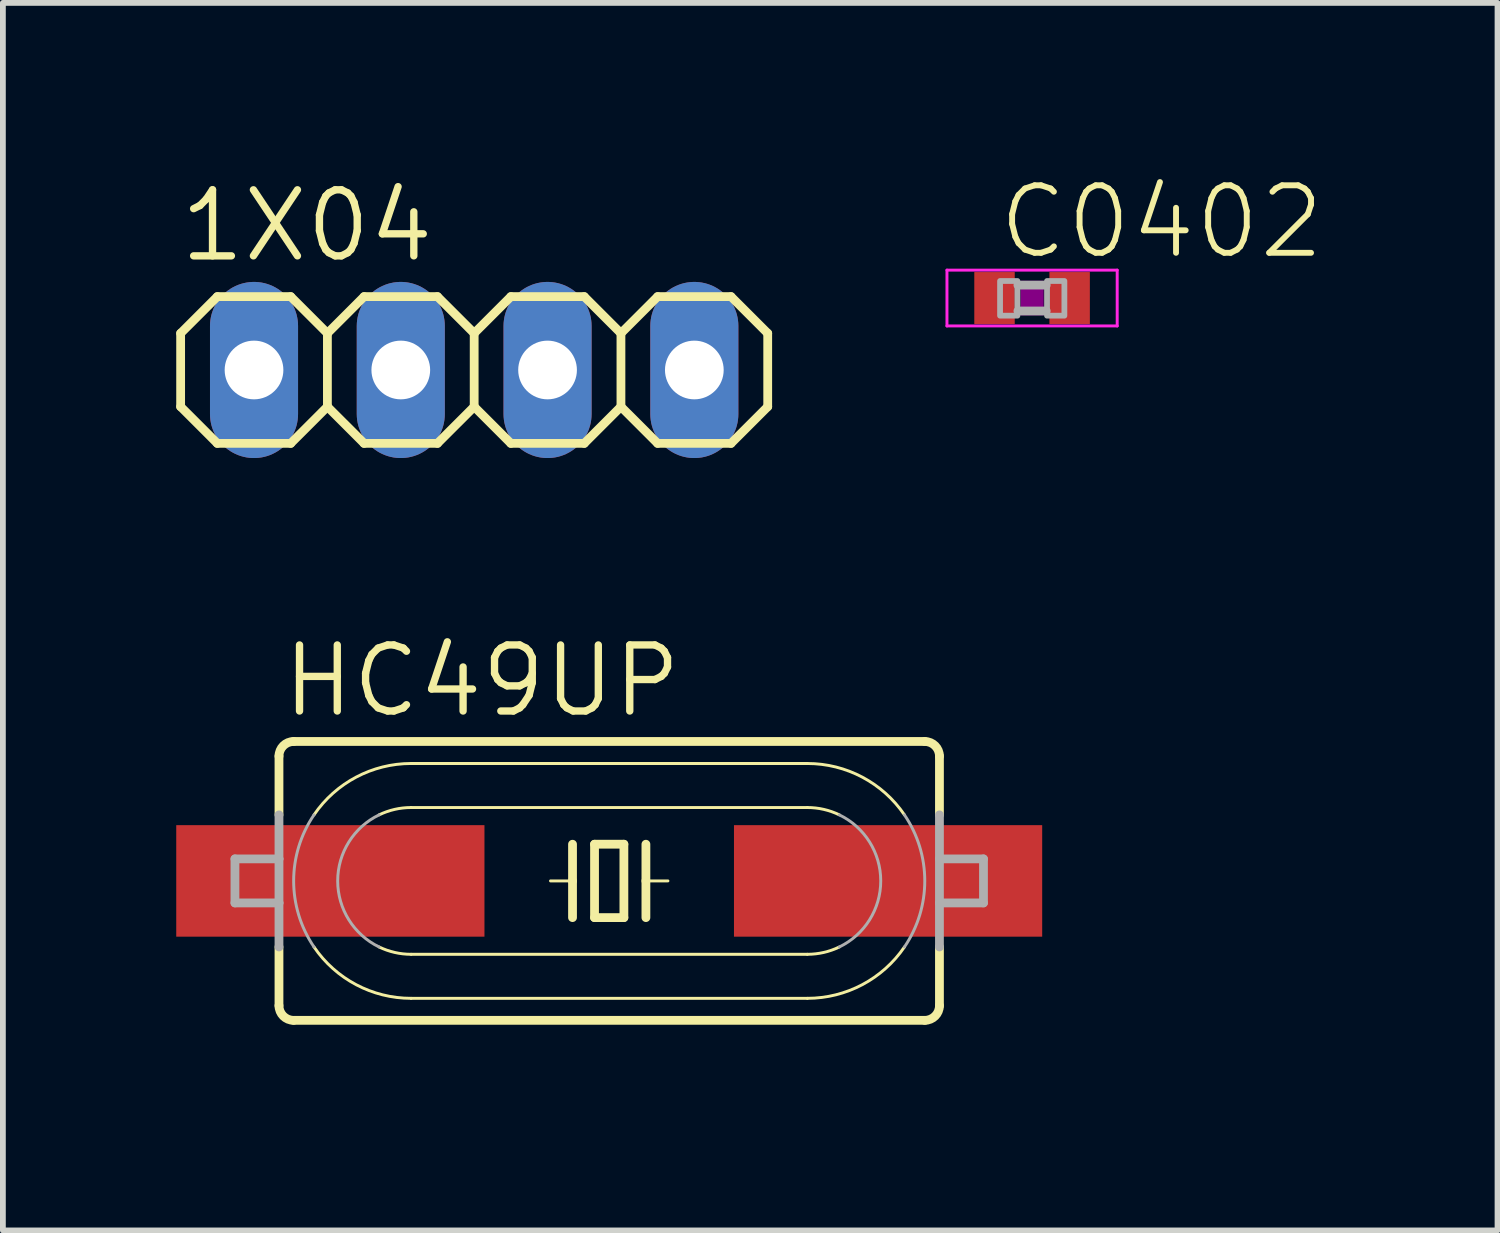
<source format=kicad_pcb>
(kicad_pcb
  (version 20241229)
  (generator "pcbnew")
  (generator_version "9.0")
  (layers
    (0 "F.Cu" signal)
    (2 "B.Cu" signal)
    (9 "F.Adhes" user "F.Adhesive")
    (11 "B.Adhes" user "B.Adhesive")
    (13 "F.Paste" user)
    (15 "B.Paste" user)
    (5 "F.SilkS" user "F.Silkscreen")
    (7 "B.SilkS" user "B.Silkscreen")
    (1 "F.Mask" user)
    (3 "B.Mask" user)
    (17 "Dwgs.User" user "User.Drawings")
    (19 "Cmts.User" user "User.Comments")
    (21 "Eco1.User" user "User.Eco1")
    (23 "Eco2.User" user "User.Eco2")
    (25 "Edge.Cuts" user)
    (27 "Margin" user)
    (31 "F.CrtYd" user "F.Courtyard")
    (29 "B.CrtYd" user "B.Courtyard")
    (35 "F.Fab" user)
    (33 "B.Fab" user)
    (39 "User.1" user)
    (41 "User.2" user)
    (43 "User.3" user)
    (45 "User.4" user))
  (footprint "HC49UP"
    (layer "F.Cu")
    (at 7.493 12.195)
    (property "Reference" "HC49UP" (at -5.715 -2.794 0) (layer "F.SilkS") (effects (font (size 1.143 1.143) (thickness 0.127)) (justify left bottom)))
    (fp_line (start -5.715 -1.143) (end -5.715 -2.159) (stroke (width 0.152) (type solid)) (layer "F.SilkS"))
    (fp_line (start -5.715 2.159) (end -5.715 1.143) (stroke (width 0.152) (type solid)) (layer "F.SilkS"))
    (fp_line (start -3.429 -2.032) (end 3.429 -2.032) (stroke (width 0.051) (type solid)) (layer "F.SilkS"))
    (fp_line (start -3.429 -1.27) (end 3.429 -1.27) (stroke (width 0.051) (type solid)) (layer "F.SilkS"))
    (fp_line (start -0.635 -0.635) (end -0.635 0) (stroke (width 0.152) (type solid)) (layer "F.SilkS"))
    (fp_line (start -0.635 0) (end -1.016 0) (stroke (width 0.051) (type solid)) (layer "F.SilkS"))
    (fp_line (start -0.635 0) (end -0.635 0.635) (stroke (width 0.152) (type solid)) (layer "F.SilkS"))
    (fp_line (start -0.254 -0.635) (end -0.254 0.635) (stroke (width 0.152) (type solid)) (layer "F.SilkS"))
    (fp_line (start -0.254 0.635) (end 0.254 0.635) (stroke (width 0.152) (type solid)) (layer "F.SilkS"))
    (fp_line (start 0.254 -0.635) (end -0.254 -0.635) (stroke (width 0.152) (type solid)) (layer "F.SilkS"))
    (fp_line (start 0.254 0.635) (end 0.254 -0.635) (stroke (width 0.152) (type solid)) (layer "F.SilkS"))
    (fp_line (start 0.635 -0.635) (end 0.635 0) (stroke (width 0.152) (type solid)) (layer "F.SilkS"))
    (fp_line (start 0.635 0) (end 0.635 0.635) (stroke (width 0.152) (type solid)) (layer "F.SilkS"))
    (fp_line (start 0.635 0) (end 1.016 0) (stroke (width 0.051) (type solid)) (layer "F.SilkS"))
    (fp_line (start 3.429 1.27) (end -3.429 1.27) (stroke (width 0.051) (type solid)) (layer "F.SilkS"))
    (fp_line (start 3.429 2.032) (end -3.429 2.032) (stroke (width 0.051) (type solid)) (layer "F.SilkS"))
    (fp_line (start 5.461 -2.413) (end -5.461 -2.413) (stroke (width 0.152) (type solid)) (layer "F.SilkS"))
    (fp_line (start 5.461 2.413) (end -5.461 2.413) (stroke (width 0.152) (type solid)) (layer "F.SilkS"))
    (fp_line (start 5.715 -1.143) (end 5.715 -2.159) (stroke (width 0.152) (type solid)) (layer "F.SilkS"))
    (fp_line (start 5.715 2.159) (end 5.715 1.143) (stroke (width 0.152) (type solid)) (layer "F.SilkS"))
    (fp_arc (start -5.715 -2.159) (mid -5.640605 -2.338605) (end -5.461 -2.413) (stroke (width 0.1524) (type solid)) (layer "F.SilkS"))
    (fp_arc (start -5.461 2.413) (mid -5.640605 2.338605) (end -5.715 2.159) (stroke (width 0.1524) (type solid)) (layer "F.SilkS"))
    (fp_arc (start -5.1091 -1.143) (mid -4.379417 -1.796107) (end -3.429 -2.032101) (stroke (width 0.0508) (type solid)) (layer "F.SilkS"))
    (fp_arc (start -3.9826 -1.143) (mid -3.712991 -1.237845) (end -3.429 -1.27) (stroke (width 0.0508) (type solid)) (layer "F.SilkS"))
    (fp_arc (start -3.429 1.27) (mid -3.712991 1.237845) (end -3.9826 1.143) (stroke (width 0.0508) (type solid)) (layer "F.SilkS"))
    (fp_arc (start -3.429 2.032001) (mid -4.379408 1.796063) (end -5.1091 1.143) (stroke (width 0.0508) (type solid)) (layer "F.SilkS"))
    (fp_arc (start 3.429 -2.032) (mid 4.379408 -1.796062) (end 5.1091 -1.142999) (stroke (width 0.0508) (type solid)) (layer "F.SilkS"))
    (fp_arc (start 3.429 -1.27) (mid 3.712991 -1.237845) (end 3.9826 -1.143) (stroke (width 0.0508) (type solid)) (layer "F.SilkS"))
    (fp_arc (start 3.9826 1.143) (mid 3.712991 1.237845) (end 3.429 1.27) (stroke (width 0.0508) (type solid)) (layer "F.SilkS"))
    (fp_arc (start 5.109 1.142899) (mid 4.379368 1.795994) (end 3.429 2.032) (stroke (width 0.0508) (type solid)) (layer "F.SilkS"))
    (fp_arc (start 5.461 -2.413) (mid 5.640605 -2.338605) (end 5.715 -2.159) (stroke (width 0.1524) (type solid)) (layer "F.SilkS"))
    (fp_arc (start 5.715 2.159) (mid 5.640605 2.338605) (end 5.461 2.413) (stroke (width 0.1524) (type solid)) (layer "F.SilkS"))
    (fp_line (start -6.477 0.381) (end -6.477 -0.381) (stroke (width 0.152) (type solid)) (layer "F.Fab"))
    (fp_line (start -5.715 -0.381) (end -6.477 -0.381) (stroke (width 0.152) (type solid)) (layer "F.Fab"))
    (fp_line (start -5.715 -0.381) (end -5.715 -1.143) (stroke (width 0.152) (type solid)) (layer "F.Fab"))
    (fp_line (start -5.715 0.381) (end -6.477 0.381) (stroke (width 0.152) (type solid)) (layer "F.Fab"))
    (fp_line (start -5.715 0.381) (end -5.715 -0.381) (stroke (width 0.152) (type solid)) (layer "F.Fab"))
    (fp_line (start -5.715 1.143) (end -5.715 0.381) (stroke (width 0.152) (type solid)) (layer "F.Fab"))
    (fp_line (start 5.715 -0.381) (end 6.477 -0.381) (stroke (width 0.152) (type solid)) (layer "F.Fab"))
    (fp_line (start 5.715 0.381) (end 6.477 0.381) (stroke (width 0.152) (type solid)) (layer "F.Fab"))
    (fp_line (start 5.715 1.143) (end 5.715 -1.143) (stroke (width 0.152) (type solid)) (layer "F.Fab"))
    (fp_line (start 6.477 0.381) (end 6.477 -0.381) (stroke (width 0.152) (type solid)) (layer "F.Fab"))
    (fp_arc (start -5.1091 1.143) (mid -5.46104 0) (end -5.1091 -1.143) (stroke (width 0.0508) (type solid)) (layer "F.Fab"))
    (fp_arc (start -3.9826 1.143) (mid -4.699009 0) (end -3.9826 -1.143) (stroke (width 0.0508) (type solid)) (layer "F.Fab"))
    (fp_arc (start 3.9826 -1.143) (mid 4.699009 0) (end 3.9826 1.143) (stroke (width 0.0508) (type solid)) (layer "F.Fab"))
    (fp_arc (start 5.1091 -1.143) (mid 5.46104 0) (end 5.1091 1.143) (stroke (width 0.0508) (type solid)) (layer "F.Fab"))
    (pad "1" smd rect (at -4.826 0) (size 5.334 1.93) (layers "F.Cu" "F.Mask" "F.Paste"))
    (pad "2" smd rect (at 4.826 0) (size 5.334 1.93) (layers "F.Cu" "F.Mask" "F.Paste"))
    (zone (net_name "") (layers "F.Cu" "B.Cu") (hatch edge 0.5) (connect_pads) (min_thickness 0.25) (filled_areas_thickness no) (keepout (tracks allowed) (vias not_allowed) (pads allowed) (copperpour allowed) (footprints allowed)) (placement (enabled no)) (fill) (polygon (pts (xy 0.889 15.243) (xy 14.097 15.243) (xy 14.097 9.147) (xy 0.889 9.147)))))
  (footprint "C0402"
    (layer "F.Cu")
    (at 14.811 2.108)
    (property "Reference" "C0402" (at -0.635 -0.635 0) (layer "F.SilkS") (effects (font (size 1.168 1.168) (thickness 0.102)) (justify left bottom)))
    (fp_poly (pts (xy -0.2 0.3) (xy 0.2 0.3) (xy 0.2 -0.3) (xy -0.2 -0.3)) (stroke (width 0) (type default)) (fill yes) (layer "F.Adhes"))
    (fp_line (start -1.473 -0.483) (end 1.473 -0.483) (stroke (width 0.051) (type solid)) (layer "F.CrtYd"))
    (fp_line (start -1.473 0.483) (end -1.473 -0.483) (stroke (width 0.051) (type solid)) (layer "F.CrtYd"))
    (fp_line (start 1.473 -0.483) (end 1.473 0.483) (stroke (width 0.051) (type solid)) (layer "F.CrtYd"))
    (fp_line (start 1.473 0.483) (end -1.473 0.483) (stroke (width 0.051) (type solid)) (layer "F.CrtYd"))
    (fp_line (start -0.245 -0.224) (end 0.245 -0.224) (stroke (width 0.152) (type solid)) (layer "F.Fab"))
    (fp_line (start 0.245 0.224) (end -0.245 0.224) (stroke (width 0.152) (type solid)) (layer "F.Fab"))
    (fp_poly (pts (xy -0.554 0.305) (xy -0.254 0.305) (xy -0.254 -0.295) (xy -0.554 -0.295)) (stroke (width 0.1) (type default)) (fill no) (layer "F.Fab"))
    (fp_poly (pts (xy 0.259 0.305) (xy 0.559 0.305) (xy 0.559 -0.295) (xy 0.259 -0.295)) (stroke (width 0.1) (type default)) (fill no) (layer "F.Fab"))
    (pad "1" smd rect (at -0.65 0) (size 0.7 0.9) (layers "F.Cu" "F.Mask" "F.Paste"))
    (pad "2" smd rect (at 0.65 0) (size 0.7 0.9) (layers "F.Cu" "F.Mask" "F.Paste")))
  (footprint "1X04"
    (layer "F.Cu")
    (at 5.156 3.353)
    (property "Reference" "1X04" (at -5.156 -1.829 0) (layer "F.SilkS") (effects (font (size 1.143 1.143) (thickness 0.127)) (justify left bottom)))
    (fp_line (start -5.08 -0.635) (end -5.08 0.635) (stroke (width 0.152) (type solid)) (layer "F.SilkS"))
    (fp_line (start -5.08 0.635) (end -4.445 1.27) (stroke (width 0.152) (type solid)) (layer "F.SilkS"))
    (fp_line (start -4.445 -1.27) (end -5.08 -0.635) (stroke (width 0.152) (type solid)) (layer "F.SilkS"))
    (fp_line (start -4.445 -1.27) (end -3.175 -1.27) (stroke (width 0.152) (type solid)) (layer "F.SilkS"))
    (fp_line (start -3.175 -1.27) (end -2.54 -0.635) (stroke (width 0.152) (type solid)) (layer "F.SilkS"))
    (fp_line (start -3.175 1.27) (end -4.445 1.27) (stroke (width 0.152) (type solid)) (layer "F.SilkS"))
    (fp_line (start -2.54 -0.635) (end -2.54 0.635) (stroke (width 0.152) (type solid)) (layer "F.SilkS"))
    (fp_line (start -2.54 -0.635) (end -1.905 -1.27) (stroke (width 0.152) (type solid)) (layer "F.SilkS"))
    (fp_line (start -2.54 0.635) (end -3.175 1.27) (stroke (width 0.152) (type solid)) (layer "F.SilkS"))
    (fp_line (start -1.905 -1.27) (end -0.635 -1.27) (stroke (width 0.152) (type solid)) (layer "F.SilkS"))
    (fp_line (start -1.905 1.27) (end -2.54 0.635) (stroke (width 0.152) (type solid)) (layer "F.SilkS"))
    (fp_line (start -0.635 -1.27) (end 0 -0.635) (stroke (width 0.152) (type solid)) (layer "F.SilkS"))
    (fp_line (start -0.635 1.27) (end -1.905 1.27) (stroke (width 0.152) (type solid)) (layer "F.SilkS"))
    (fp_line (start 0 -0.635) (end 0 0.635) (stroke (width 0.152) (type solid)) (layer "F.SilkS"))
    (fp_line (start 0 -0.635) (end 0.635 -1.27) (stroke (width 0.152) (type solid)) (layer "F.SilkS"))
    (fp_line (start 0 0.635) (end -0.635 1.27) (stroke (width 0.152) (type solid)) (layer "F.SilkS"))
    (fp_line (start 0.635 -1.27) (end 1.905 -1.27) (stroke (width 0.152) (type solid)) (layer "F.SilkS"))
    (fp_line (start 0.635 1.27) (end 0 0.635) (stroke (width 0.152) (type solid)) (layer "F.SilkS"))
    (fp_line (start 1.905 -1.27) (end 2.54 -0.635) (stroke (width 0.152) (type solid)) (layer "F.SilkS"))
    (fp_line (start 1.905 1.27) (end 0.635 1.27) (stroke (width 0.152) (type solid)) (layer "F.SilkS"))
    (fp_line (start 2.54 -0.635) (end 2.54 0.635) (stroke (width 0.152) (type solid)) (layer "F.SilkS"))
    (fp_line (start 2.54 0.635) (end 1.905 1.27) (stroke (width 0.152) (type solid)) (layer "F.SilkS"))
    (fp_line (start 2.54 0.635) (end 3.175 1.27) (stroke (width 0.152) (type solid)) (layer "F.SilkS"))
    (fp_line (start 3.175 -1.27) (end 2.54 -0.635) (stroke (width 0.152) (type solid)) (layer "F.SilkS"))
    (fp_line (start 3.175 -1.27) (end 4.445 -1.27) (stroke (width 0.152) (type solid)) (layer "F.SilkS"))
    (fp_line (start 4.445 -1.27) (end 5.08 -0.635) (stroke (width 0.152) (type solid)) (layer "F.SilkS"))
    (fp_line (start 4.445 1.27) (end 3.175 1.27) (stroke (width 0.152) (type solid)) (layer "F.SilkS"))
    (fp_line (start 5.08 -0.635) (end 5.08 0.635) (stroke (width 0.152) (type solid)) (layer "F.SilkS"))
    (fp_line (start 5.08 0.635) (end 4.445 1.27) (stroke (width 0.152) (type solid)) (layer "F.SilkS"))
    (fp_poly (pts (xy -4.064 0.254) (xy -3.556 0.254) (xy -3.556 -0.254) (xy -4.064 -0.254)) (stroke (width 0.1) (type default)) (fill no) (layer "F.Fab"))
    (fp_poly (pts (xy -1.524 0.254) (xy -1.016 0.254) (xy -1.016 -0.254) (xy -1.524 -0.254)) (stroke (width 0.1) (type default)) (fill no) (layer "F.Fab"))
    (fp_poly (pts (xy 1.016 0.254) (xy 1.524 0.254) (xy 1.524 -0.254) (xy 1.016 -0.254)) (stroke (width 0.1) (type default)) (fill no) (layer "F.Fab"))
    (fp_poly (pts (xy 3.556 0.254) (xy 4.064 0.254) (xy 4.064 -0.254) (xy 3.556 -0.254)) (stroke (width 0.1) (type default)) (fill no) (layer "F.Fab"))
    (pad "1" thru_hole oval (at -3.81 0 90) (size 3.048 1.524) (drill 1.016) (layers "*.Cu" "*.Mask"))
    (pad "2" thru_hole oval (at -1.27 0 90) (size 3.048 1.524) (drill 1.016) (layers "*.Cu" "*.Mask"))
    (pad "3" thru_hole oval (at 1.27 0 90) (size 3.048 1.524) (drill 1.016) (layers "*.Cu" "*.Mask"))
    (pad "4" thru_hole oval (at 3.81 0 90) (size 3.048 1.524) (drill 1.016) (layers "*.Cu" "*.Mask")))
  (gr_rect
    (start -3 -3)
    (end 22.866 18.243)
    (stroke (width 0.1) (type default))
    (fill no)
    (layer "Edge.Cuts")))
</source>
